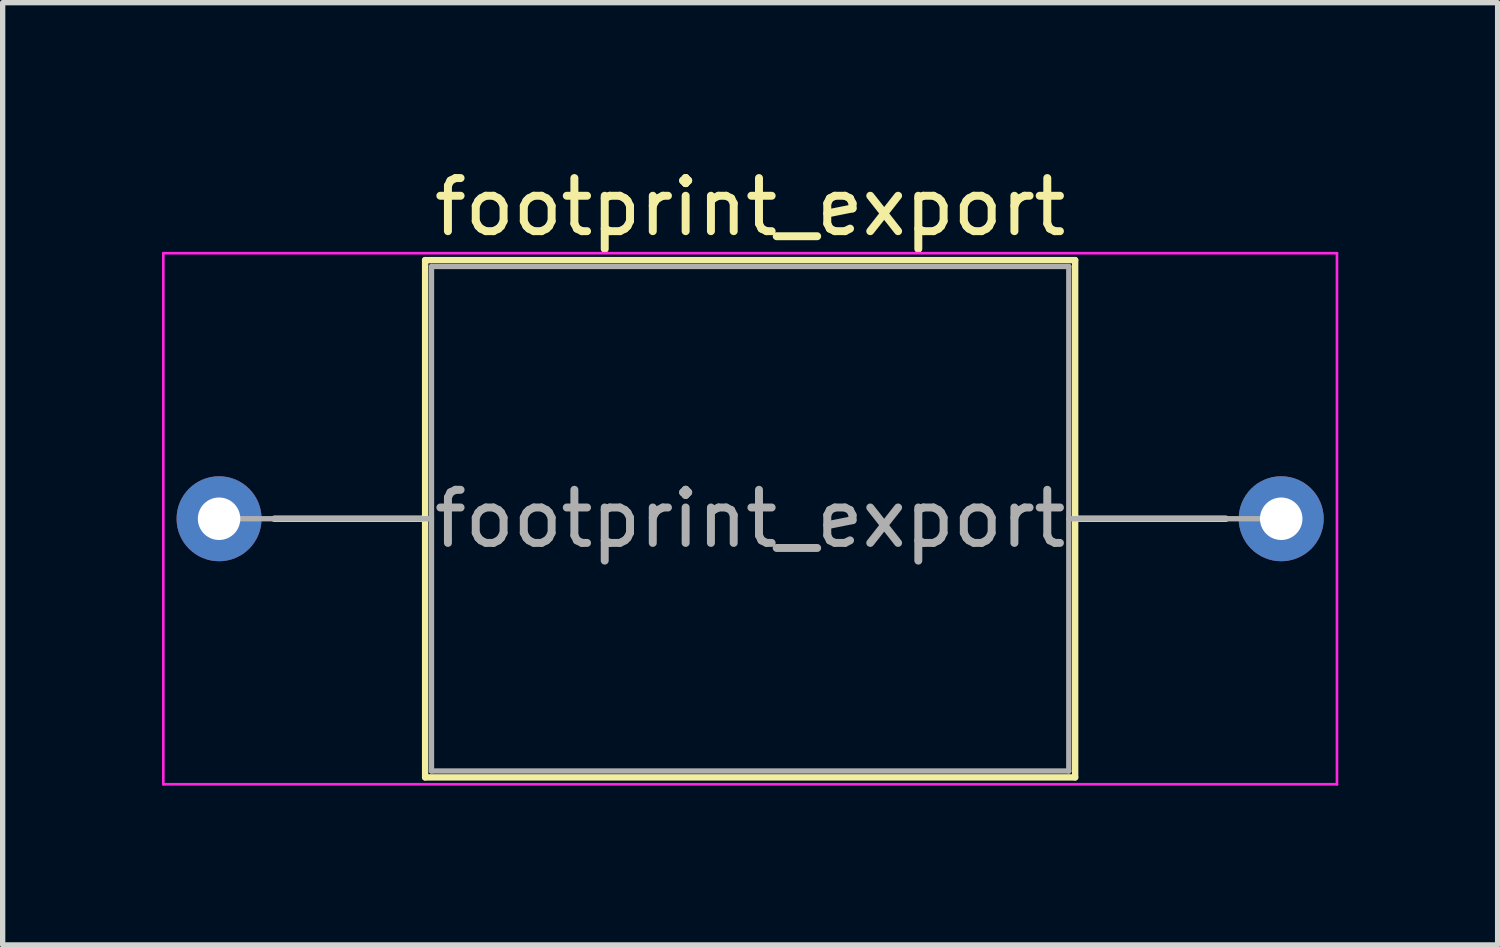
<source format=kicad_pcb>
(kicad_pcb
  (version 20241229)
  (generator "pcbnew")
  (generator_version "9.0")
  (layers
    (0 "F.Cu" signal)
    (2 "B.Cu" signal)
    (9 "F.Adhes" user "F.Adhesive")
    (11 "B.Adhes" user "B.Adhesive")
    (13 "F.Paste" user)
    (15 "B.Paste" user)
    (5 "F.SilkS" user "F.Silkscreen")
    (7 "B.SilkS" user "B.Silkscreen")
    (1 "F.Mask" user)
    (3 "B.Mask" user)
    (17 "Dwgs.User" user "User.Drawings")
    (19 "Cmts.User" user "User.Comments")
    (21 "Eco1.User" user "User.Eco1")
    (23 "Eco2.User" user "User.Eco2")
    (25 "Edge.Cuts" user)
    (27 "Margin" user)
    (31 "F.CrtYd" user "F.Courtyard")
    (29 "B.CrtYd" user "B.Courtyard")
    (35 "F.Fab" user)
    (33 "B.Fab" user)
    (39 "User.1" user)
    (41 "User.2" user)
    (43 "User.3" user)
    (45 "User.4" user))
  (footprint "footprint_export"
    (layer "F.Cu")
    (at 1.075 6.718)
    (property "Reference" "footprint_export" (at 10 -5.87 0) (layer "F.SilkS") (effects (font (size 1 1) (thickness 0.15))))
    (attr through_hole)
    (fp_line (start 1.04 0) (end 3.88 0) (stroke (width 0.12) (type solid)) (layer "F.SilkS"))
    (fp_line (start 3.88 -4.87) (end 3.88 4.87) (stroke (width 0.12) (type solid)) (layer "F.SilkS"))
    (fp_line (start 3.88 4.87) (end 16.12 4.87) (stroke (width 0.12) (type solid)) (layer "F.SilkS"))
    (fp_line (start 16.12 -4.87) (end 3.88 -4.87) (stroke (width 0.12) (type solid)) (layer "F.SilkS"))
    (fp_line (start 16.12 4.87) (end 16.12 -4.87) (stroke (width 0.12) (type solid)) (layer "F.SilkS"))
    (fp_line (start 18.96 0) (end 16.12 0) (stroke (width 0.12) (type solid)) (layer "F.SilkS"))
    (fp_line (start -1.05 -5) (end -1.05 5) (stroke (width 0.05) (type solid)) (layer "F.CrtYd"))
    (fp_line (start -1.05 5) (end 21.05 5) (stroke (width 0.05) (type solid)) (layer "F.CrtYd"))
    (fp_line (start 21.05 -5) (end -1.05 -5) (stroke (width 0.05) (type solid)) (layer "F.CrtYd"))
    (fp_line (start 21.05 5) (end 21.05 -5) (stroke (width 0.05) (type solid)) (layer "F.CrtYd"))
    (fp_line (start 0 0) (end 4 0) (stroke (width 0.1) (type solid)) (layer "F.Fab"))
    (fp_line (start 4 -4.75) (end 4 4.75) (stroke (width 0.1) (type solid)) (layer "F.Fab"))
    (fp_line (start 4 4.75) (end 16 4.75) (stroke (width 0.1) (type solid)) (layer "F.Fab"))
    (fp_line (start 16 -4.75) (end 4 -4.75) (stroke (width 0.1) (type solid)) (layer "F.Fab"))
    (fp_line (start 16 4.75) (end 16 -4.75) (stroke (width 0.1) (type solid)) (layer "F.Fab"))
    (fp_line (start 20 0) (end 16 0) (stroke (width 0.1) (type solid)) (layer "F.Fab"))
    (fp_text user "${REFERENCE}" (at 10 0 0) (layer "F.Fab") (effects (font (size 1 1) (thickness 0.15))))
    (pad "1" thru_hole circle (at 0 0) (size 1.6 1.6) (drill 0.8) (layers "*.Cu" "*.Mask"))
    (pad "2" thru_hole oval (at 20 0) (size 1.6 1.6) (drill 0.8) (layers "*.Cu" "*.Mask")))
  (gr_rect
    (start -3 -3)
    (end 25.15 14.743)
    (stroke (width 0.1) (type default))
    (fill no)
    (layer "Edge.Cuts")))
</source>
